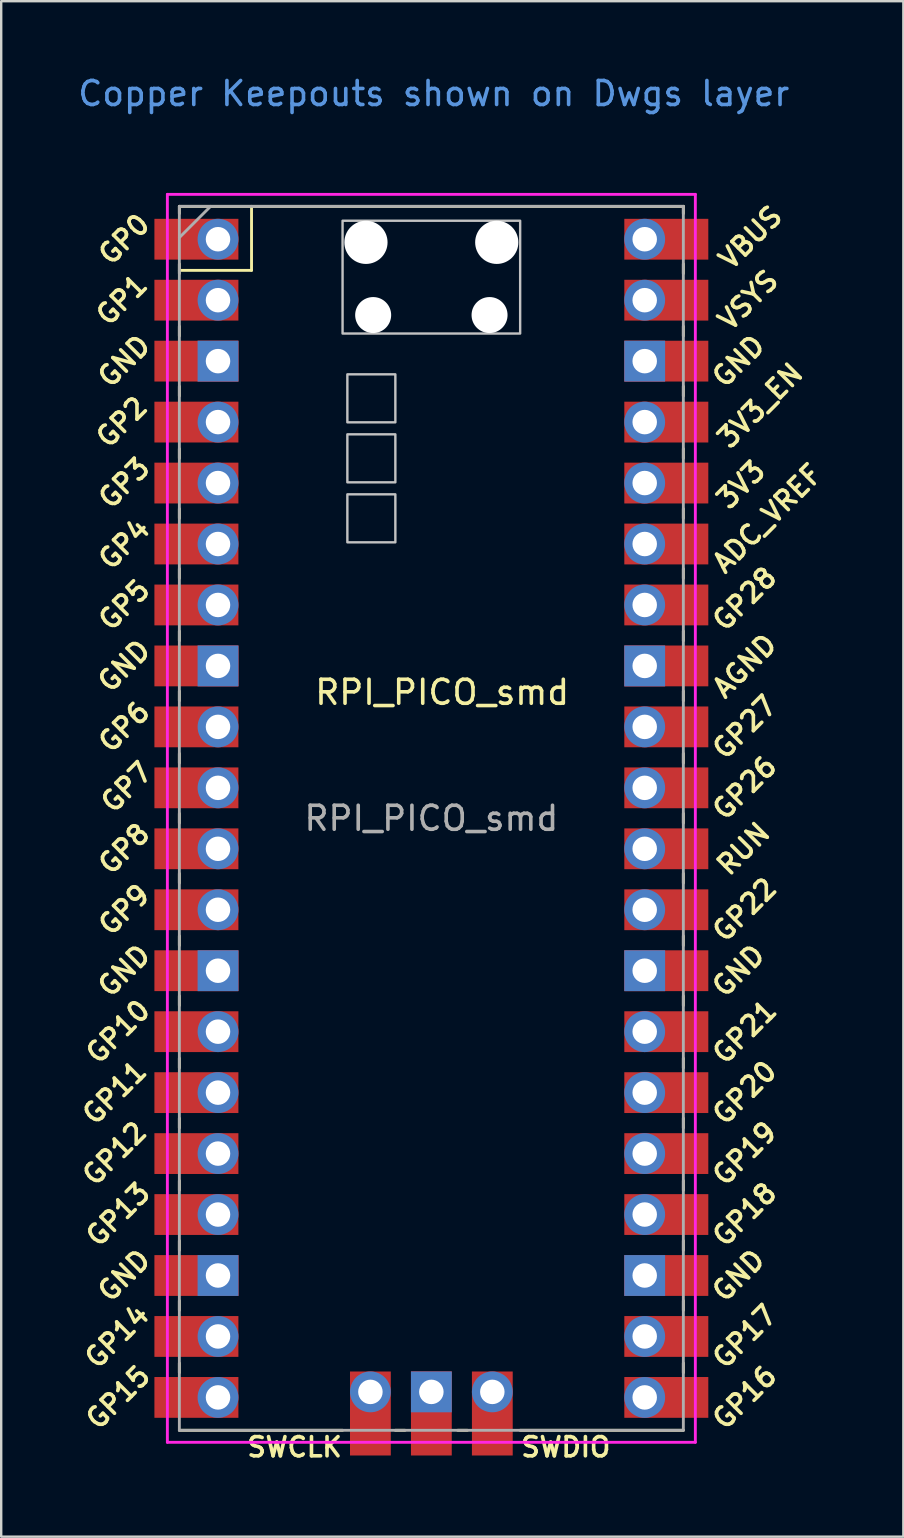
<source format=kicad_pcb>
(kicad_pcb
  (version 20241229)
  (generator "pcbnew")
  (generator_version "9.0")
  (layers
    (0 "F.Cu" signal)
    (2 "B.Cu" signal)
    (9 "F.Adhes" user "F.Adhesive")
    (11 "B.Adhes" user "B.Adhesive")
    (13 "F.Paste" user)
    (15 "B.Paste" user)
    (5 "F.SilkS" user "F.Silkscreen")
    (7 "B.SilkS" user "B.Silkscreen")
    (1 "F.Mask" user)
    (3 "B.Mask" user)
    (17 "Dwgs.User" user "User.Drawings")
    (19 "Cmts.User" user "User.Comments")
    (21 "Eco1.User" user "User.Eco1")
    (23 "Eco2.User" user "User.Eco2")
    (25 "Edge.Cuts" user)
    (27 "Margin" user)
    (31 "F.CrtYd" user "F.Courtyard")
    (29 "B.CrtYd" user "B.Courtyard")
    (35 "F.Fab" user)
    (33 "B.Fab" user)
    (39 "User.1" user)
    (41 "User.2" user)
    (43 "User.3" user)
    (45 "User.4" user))
  (footprint "RPI_PICO_smd"
    (layer "F.Cu")
    (at 14.939 27.128)
    (property "Reference" "RPI_PICO_smd" (at 0.435 -1.33 0) (unlocked yes) (layer "F.SilkS") (effects (font (size 1 1) (thickness 0.15))))
    (attr smd)
    (fp_line (start -10.515 -21.58) (end -10.515 -21.28) (stroke (width 0.12) (type solid)) (layer "F.SilkS"))
    (fp_line (start -10.515 -21.58) (end 10.485 -21.58) (stroke (width 0.12) (type solid)) (layer "F.SilkS"))
    (fp_line (start -10.515 -19.18) (end -10.515 -18.78) (stroke (width 0.12) (type solid)) (layer "F.SilkS"))
    (fp_line (start -10.515 -18.913) (end -7.508 -18.913) (stroke (width 0.12) (type solid)) (layer "F.SilkS"))
    (fp_line (start -10.515 -16.58) (end -10.515 -16.18) (stroke (width 0.12) (type solid)) (layer "F.SilkS"))
    (fp_line (start -10.515 -14.08) (end -10.515 -13.68) (stroke (width 0.12) (type solid)) (layer "F.SilkS"))
    (fp_line (start -10.515 -11.48) (end -10.515 -11.08) (stroke (width 0.12) (type solid)) (layer "F.SilkS"))
    (fp_line (start -10.515 -8.98) (end -10.515 -8.58) (stroke (width 0.12) (type solid)) (layer "F.SilkS"))
    (fp_line (start -10.515 -6.48) (end -10.515 -6.08) (stroke (width 0.12) (type solid)) (layer "F.SilkS"))
    (fp_line (start -10.515 -3.88) (end -10.515 -3.48) (stroke (width 0.12) (type solid)) (layer "F.SilkS"))
    (fp_line (start -10.515 -1.38) (end -10.515 -0.98) (stroke (width 0.12) (type solid)) (layer "F.SilkS"))
    (fp_line (start -10.515 1.22) (end -10.515 1.62) (stroke (width 0.12) (type solid)) (layer "F.SilkS"))
    (fp_line (start -10.515 3.72) (end -10.515 4.12) (stroke (width 0.12) (type solid)) (layer "F.SilkS"))
    (fp_line (start -10.515 6.22) (end -10.515 6.62) (stroke (width 0.12) (type solid)) (layer "F.SilkS"))
    (fp_line (start -10.515 8.82) (end -10.515 9.22) (stroke (width 0.12) (type solid)) (layer "F.SilkS"))
    (fp_line (start -10.515 11.32) (end -10.515 11.72) (stroke (width 0.12) (type solid)) (layer "F.SilkS"))
    (fp_line (start -10.515 13.92) (end -10.515 14.32) (stroke (width 0.12) (type solid)) (layer "F.SilkS"))
    (fp_line (start -10.515 16.42) (end -10.515 16.82) (stroke (width 0.12) (type solid)) (layer "F.SilkS"))
    (fp_line (start -10.515 19.02) (end -10.515 19.42) (stroke (width 0.12) (type solid)) (layer "F.SilkS"))
    (fp_line (start -10.515 21.52) (end -10.515 21.92) (stroke (width 0.12) (type solid)) (layer "F.SilkS"))
    (fp_line (start -10.515 24.02) (end -10.515 24.42) (stroke (width 0.12) (type solid)) (layer "F.SilkS"))
    (fp_line (start -10.515 26.62) (end -10.515 27.02) (stroke (width 0.12) (type solid)) (layer "F.SilkS"))
    (fp_line (start -7.508 -18.913) (end -7.508 -21.58) (stroke (width 0.12) (type solid)) (layer "F.SilkS"))
    (fp_line (start -3.715 29.42) (end -10.515 29.42) (stroke (width 0.12) (type solid)) (layer "F.SilkS"))
    (fp_line (start -1.515 29.42) (end -1.115 29.42) (stroke (width 0.12) (type solid)) (layer "F.SilkS"))
    (fp_line (start 1.085 29.42) (end 1.485 29.42) (stroke (width 0.12) (type solid)) (layer "F.SilkS"))
    (fp_line (start 10.485 -21.58) (end 10.485 -21.28) (stroke (width 0.12) (type solid)) (layer "F.SilkS"))
    (fp_line (start 10.485 -19.18) (end 10.485 -18.78) (stroke (width 0.12) (type solid)) (layer "F.SilkS"))
    (fp_line (start 10.485 -16.58) (end 10.485 -16.18) (stroke (width 0.12) (type solid)) (layer "F.SilkS"))
    (fp_line (start 10.485 -14.08) (end 10.485 -13.68) (stroke (width 0.12) (type solid)) (layer "F.SilkS"))
    (fp_line (start 10.485 -11.48) (end 10.485 -11.08) (stroke (width 0.12) (type solid)) (layer "F.SilkS"))
    (fp_line (start 10.485 -8.98) (end 10.485 -8.58) (stroke (width 0.12) (type solid)) (layer "F.SilkS"))
    (fp_line (start 10.485 -6.48) (end 10.485 -6.08) (stroke (width 0.12) (type solid)) (layer "F.SilkS"))
    (fp_line (start 10.485 -3.88) (end 10.485 -3.48) (stroke (width 0.12) (type solid)) (layer "F.SilkS"))
    (fp_line (start 10.485 -1.38) (end 10.485 -0.98) (stroke (width 0.12) (type solid)) (layer "F.SilkS"))
    (fp_line (start 10.485 1.22) (end 10.485 1.62) (stroke (width 0.12) (type solid)) (layer "F.SilkS"))
    (fp_line (start 10.485 3.72) (end 10.485 4.12) (stroke (width 0.12) (type solid)) (layer "F.SilkS"))
    (fp_line (start 10.485 6.22) (end 10.485 6.62) (stroke (width 0.12) (type solid)) (layer "F.SilkS"))
    (fp_line (start 10.485 8.82) (end 10.485 9.22) (stroke (width 0.12) (type solid)) (layer "F.SilkS"))
    (fp_line (start 10.485 11.32) (end 10.485 11.72) (stroke (width 0.12) (type solid)) (layer "F.SilkS"))
    (fp_line (start 10.485 13.92) (end 10.485 14.32) (stroke (width 0.12) (type solid)) (layer "F.SilkS"))
    (fp_line (start 10.485 16.42) (end 10.485 16.82) (stroke (width 0.12) (type solid)) (layer "F.SilkS"))
    (fp_line (start 10.485 19.02) (end 10.485 19.42) (stroke (width 0.12) (type solid)) (layer "F.SilkS"))
    (fp_line (start 10.485 21.52) (end 10.485 21.92) (stroke (width 0.12) (type solid)) (layer "F.SilkS"))
    (fp_line (start 10.485 24.02) (end 10.485 24.42) (stroke (width 0.12) (type solid)) (layer "F.SilkS"))
    (fp_line (start 10.485 26.62) (end 10.485 27.02) (stroke (width 0.12) (type solid)) (layer "F.SilkS"))
    (fp_line (start 10.485 29.42) (end 3.685 29.42) (stroke (width 0.12) (type solid)) (layer "F.SilkS"))
    (fp_poly (pts (xy -1.515 -12.58) (xy -3.515 -12.58) (xy -3.515 -14.58) (xy -1.515 -14.58)) (stroke (width 0.1) (type solid)) (fill no) (layer "Dwgs.User"))
    (fp_poly (pts (xy -1.515 -10.08) (xy -3.515 -10.08) (xy -3.515 -12.08) (xy -1.515 -12.08)) (stroke (width 0.1) (type solid)) (fill no) (layer "Dwgs.User"))
    (fp_poly (pts (xy -1.515 -7.58) (xy -3.515 -7.58) (xy -3.515 -9.58) (xy -1.515 -9.58)) (stroke (width 0.1) (type solid)) (fill no) (layer "Dwgs.User"))
    (fp_poly (pts (xy 3.685 -16.28) (xy -3.715 -16.28) (xy -3.715 -20.98) (xy 3.685 -20.98)) (stroke (width 0.1) (type solid)) (fill no) (layer "Dwgs.User"))
    (fp_line (start -11.015 -22.08) (end 10.985 -22.08) (stroke (width 0.12) (type solid)) (layer "F.CrtYd"))
    (fp_line (start -11.015 29.92) (end -11.015 -22.08) (stroke (width 0.12) (type solid)) (layer "F.CrtYd"))
    (fp_line (start 10.985 -22.08) (end 10.985 29.92) (stroke (width 0.12) (type solid)) (layer "F.CrtYd"))
    (fp_line (start 10.985 29.92) (end -11.015 29.92) (stroke (width 0.12) (type solid)) (layer "F.CrtYd"))
    (fp_line (start -10.515 -21.58) (end 10.485 -21.58) (stroke (width 0.12) (type solid)) (layer "F.Fab"))
    (fp_line (start -10.515 -20.28) (end -9.215 -21.58) (stroke (width 0.12) (type solid)) (layer "F.Fab"))
    (fp_line (start -10.515 29.42) (end -10.515 -21.58) (stroke (width 0.12) (type solid)) (layer "F.Fab"))
    (fp_line (start 10.485 -21.58) (end 10.485 29.42) (stroke (width 0.12) (type solid)) (layer "F.Fab"))
    (fp_line (start 10.485 29.42) (end -10.515 29.42) (stroke (width 0.12) (type solid)) (layer "F.Fab"))
    (fp_text user "GP21" (at 13.039 12.82 45) (layer "F.SilkS") (effects (font (size 0.8 0.8) (thickness 0.15))))
    (fp_text user "GP8" (at -12.815 5.19 45) (layer "F.SilkS") (effects (font (size 0.8 0.8) (thickness 0.15))))
    (fp_text user "GP7" (at -12.715 2.62 45) (layer "F.SilkS") (effects (font (size 0.8 0.8) (thickness 0.15))))
    (fp_text user "RUN" (at 12.985 5.19 45) (layer "F.SilkS") (effects (font (size 0.8 0.8) (thickness 0.15))))
    (fp_text user "GP28" (at 13.039 -5.224 45) (layer "F.SilkS") (effects (font (size 0.8 0.8) (thickness 0.15))))
    (fp_text user "GND" (at -12.815 22.97 45) (layer "F.SilkS") (effects (font (size 0.8 0.8) (thickness 0.15))))
    (fp_text user "VBUS" (at 13.285 -20.28 45) (layer "F.SilkS") (effects (font (size 0.8 0.8) (thickness 0.15))))
    (fp_text user "GP4" (at -12.815 -7.51 45) (layer "F.SilkS") (effects (font (size 0.8 0.8) (thickness 0.15))))
    (fp_text user "GP5" (at -12.815 -4.97 45) (layer "F.SilkS") (effects (font (size 0.8 0.8) (thickness 0.15))))
    (fp_text user "GND" (at -12.815 10.27 45) (layer "F.SilkS") (effects (font (size 0.8 0.8) (thickness 0.15))))
    (fp_text user "GP3" (at -12.815 -10.05 45) (layer "F.SilkS") (effects (font (size 0.8 0.8) (thickness 0.15))))
    (fp_text user "GP2" (at -12.915 -12.59 45) (layer "F.SilkS") (effects (font (size 0.8 0.8) (thickness 0.15))))
    (fp_text user "AGND" (at 13.039 -2.43 45) (layer "F.SilkS") (effects (font (size 0.8 0.8) (thickness 0.15))))
    (fp_text user "GP27" (at 13.039 0.12 45) (layer "F.SilkS") (effects (font (size 0.8 0.8) (thickness 0.15))))
    (fp_text user "GND" (at -12.815 -2.43 45) (layer "F.SilkS") (effects (font (size 0.8 0.8) (thickness 0.15))))
    (fp_text user "GND" (at 12.785 22.97 45) (layer "F.SilkS") (effects (font (size 0.8 0.8) (thickness 0.15))))
    (fp_text user "3V3_EN" (at 13.685 -13.28 45) (layer "F.SilkS") (effects (font (size 0.8 0.8) (thickness 0.15))))
    (fp_text user "GP9" (at -12.815 7.73 45) (layer "F.SilkS") (effects (font (size 0.8 0.8) (thickness 0.15))))
    (fp_text user "GND" (at 12.785 10.27 45) (layer "F.SilkS") (effects (font (size 0.8 0.8) (thickness 0.15))))
    (fp_text user "GP26" (at 13.039 2.65 45) (layer "F.SilkS") (effects (font (size 0.8 0.8) (thickness 0.15))))
    (fp_text user "GP15" (at -13.069 28.05 45) (layer "F.SilkS") (effects (font (size 0.8 0.8) (thickness 0.15))))
    (fp_text user "GP1" (at -12.915 -17.68 45) (layer "F.SilkS") (effects (font (size 0.8 0.8) (thickness 0.15))))
    (fp_text user "GP0" (at -12.815 -20.21 45) (layer "F.SilkS") (effects (font (size 0.8 0.8) (thickness 0.15))))
    (fp_text user "GP14" (at -13.115 25.51 45) (layer "F.SilkS") (effects (font (size 0.8 0.8) (thickness 0.15))))
    (fp_text user "GP20" (at 13.039 15.35 45) (layer "F.SilkS") (effects (font (size 0.8 0.8) (thickness 0.15))))
    (fp_text user "GP11" (at -13.215 15.35 45) (layer "F.SilkS") (effects (font (size 0.8 0.8) (thickness 0.15))))
    (fp_text user "SWCLK" (at -5.715 30.12 0) (layer "F.SilkS") (effects (font (size 0.8 0.8) (thickness 0.15))))
    (fp_text user "GP19" (at 13.039 17.89 45) (layer "F.SilkS") (effects (font (size 0.8 0.8) (thickness 0.15))))
    (fp_text user "GP12" (at -13.215 17.89 45) (layer "F.SilkS") (effects (font (size 0.8 0.8) (thickness 0.15))))
    (fp_text user "SWDIO" (at 5.585 30.12 0) (layer "F.SilkS") (effects (font (size 0.8 0.8) (thickness 0.15))))
    (fp_text user "GND" (at 12.785 -15.13 45) (layer "F.SilkS") (effects (font (size 0.8 0.8) (thickness 0.15))))
    (fp_text user "GP10" (at -13.069 12.81 45) (layer "F.SilkS") (effects (font (size 0.8 0.8) (thickness 0.15))))
    (fp_text user "VSYS" (at 13.185 -17.67 45) (layer "F.SilkS") (effects (font (size 0.8 0.8) (thickness 0.15))))
    (fp_text user "ADC_VREF" (at 13.985 -8.58 45) (layer "F.SilkS") (effects (font (size 0.8 0.8) (thickness 0.15))))
    (fp_text user "GP22" (at 13.039 7.73 45) (layer "F.SilkS") (effects (font (size 0.8 0.8) (thickness 0.15))))
    (fp_text user "GP13" (at -13.069 20.43 45) (layer "F.SilkS") (effects (font (size 0.8 0.8) (thickness 0.15))))
    (fp_text user "GND" (at -12.815 -15.13 45) (layer "F.SilkS") (effects (font (size 0.8 0.8) (thickness 0.15))))
    (fp_text user "GP18" (at 13.039 20.43 45) (layer "F.SilkS") (effects (font (size 0.8 0.8) (thickness 0.15))))
    (fp_text user "GP16" (at 13.039 28.05 45) (layer "F.SilkS") (effects (font (size 0.8 0.8) (thickness 0.15))))
    (fp_text user "GP6" (at -12.815 0.11 45) (layer "F.SilkS") (effects (font (size 0.8 0.8) (thickness 0.15))))
    (fp_text user "GP17" (at 13.039 25.51 45) (layer "F.SilkS") (effects (font (size 0.8 0.8) (thickness 0.15))))
    (fp_text user "3V3" (at 12.885 -9.98 45) (layer "F.SilkS") (effects (font (size 0.8 0.8) (thickness 0.15))))
    (fp_text user "Copper Keepouts shown on Dwgs layer" (at 0.085 -26.28 0) (layer "Cmts.User") (effects (font (size 1 1) (thickness 0.15))))
    (fp_text user "${REFERENCE}" (at -0.015 3.92 180) (layer "F.Fab") (effects (font (size 1 1) (thickness 0.15))))
    (pad "" np_thru_hole oval (at -2.74 -20.08) (size 1.8 1.8) (drill 1.8) (layers "*.Cu" "*.Mask"))
    (pad "" np_thru_hole oval (at -2.44 -17.05) (size 1.5 1.5) (drill 1.5) (layers "*.Cu" "*.Mask"))
    (pad "" np_thru_hole oval (at 2.41 -17.05) (size 1.5 1.5) (drill 1.5) (layers "*.Cu" "*.Mask"))
    (pad "" np_thru_hole oval (at 2.71 -20.08) (size 1.8 1.8) (drill 1.8) (layers "*.Cu" "*.Mask"))
    (pad "1" thru_hole oval (at -8.905 -20.21) (size 1.7 1.7) (drill 1.02) (layers "*.Cu" "*.Mask"))
    (pad "1" smd rect (at -8.905 -20.21) (size 3.5 1.7) (drill (offset -0.9 0)) (layers "F.Cu" "F.Mask"))
    (pad "2" thru_hole oval (at -8.905 -17.67) (size 1.7 1.7) (drill 1.02) (layers "*.Cu" "*.Mask"))
    (pad "2" smd rect (at -8.905 -17.67) (size 3.5 1.7) (drill (offset -0.9 0)) (layers "F.Cu" "F.Mask"))
    (pad "3" thru_hole rect (at -8.905 -15.13) (size 1.7 1.7) (drill 1.02) (layers "*.Cu" "*.Mask"))
    (pad "3" smd rect (at -8.905 -15.13) (size 3.5 1.7) (drill (offset -0.9 0)) (layers "F.Cu" "F.Mask"))
    (pad "4" thru_hole oval (at -8.905 -12.59) (size 1.7 1.7) (drill 1.02) (layers "*.Cu" "*.Mask"))
    (pad "4" smd rect (at -8.905 -12.59) (size 3.5 1.7) (drill (offset -0.9 0)) (layers "F.Cu" "F.Mask"))
    (pad "5" thru_hole oval (at -8.905 -10.05) (size 1.7 1.7) (drill 1.02) (layers "*.Cu" "*.Mask"))
    (pad "5" smd rect (at -8.905 -10.05) (size 3.5 1.7) (drill (offset -0.9 0)) (layers "F.Cu" "F.Mask"))
    (pad "6" thru_hole oval (at -8.905 -7.51) (size 1.7 1.7) (drill 1.02) (layers "*.Cu" "*.Mask"))
    (pad "6" smd rect (at -8.905 -7.51) (size 3.5 1.7) (drill (offset -0.9 0)) (layers "F.Cu" "F.Mask"))
    (pad "7" thru_hole oval (at -8.905 -4.97) (size 1.7 1.7) (drill 1.02) (layers "*.Cu" "*.Mask"))
    (pad "7" smd rect (at -8.905 -4.97) (size 3.5 1.7) (drill (offset -0.9 0)) (layers "F.Cu" "F.Mask"))
    (pad "8" thru_hole rect (at -8.905 -2.43) (size 1.7 1.7) (drill 1.02) (layers "*.Cu" "*.Mask"))
    (pad "8" smd rect (at -8.905 -2.43) (size 3.5 1.7) (drill (offset -0.9 0)) (layers "F.Cu" "F.Mask"))
    (pad "9" thru_hole oval (at -8.905 0.11) (size 1.7 1.7) (drill 1.02) (layers "*.Cu" "*.Mask"))
    (pad "9" smd rect (at -8.905 0.11) (size 3.5 1.7) (drill (offset -0.9 0)) (layers "F.Cu" "F.Mask"))
    (pad "10" thru_hole oval (at -8.905 2.65) (size 1.7 1.7) (drill 1.02) (layers "*.Cu" "*.Mask"))
    (pad "10" smd rect (at -8.905 2.65) (size 3.5 1.7) (drill (offset -0.9 0)) (layers "F.Cu" "F.Mask"))
    (pad "11" thru_hole oval (at -8.905 5.19) (size 1.7 1.7) (drill 1.02) (layers "*.Cu" "*.Mask"))
    (pad "11" smd rect (at -8.905 5.19) (size 3.5 1.7) (drill (offset -0.9 0)) (layers "F.Cu" "F.Mask"))
    (pad "12" thru_hole oval (at -8.905 7.73) (size 1.7 1.7) (drill 1.02) (layers "*.Cu" "*.Mask"))
    (pad "12" smd rect (at -8.905 7.73) (size 3.5 1.7) (drill (offset -0.9 0)) (layers "F.Cu" "F.Mask"))
    (pad "13" thru_hole rect (at -8.905 10.27) (size 1.7 1.7) (drill 1.02) (layers "*.Cu" "*.Mask"))
    (pad "13" smd rect (at -8.905 10.27) (size 3.5 1.7) (drill (offset -0.9 0)) (layers "F.Cu" "F.Mask"))
    (pad "14" thru_hole oval (at -8.905 12.81) (size 1.7 1.7) (drill 1.02) (layers "*.Cu" "*.Mask"))
    (pad "14" smd rect (at -8.905 12.81) (size 3.5 1.7) (drill (offset -0.9 0)) (layers "F.Cu" "F.Mask"))
    (pad "15" thru_hole oval (at -8.905 15.35) (size 1.7 1.7) (drill 1.02) (layers "*.Cu" "*.Mask"))
    (pad "15" smd rect (at -8.905 15.35) (size 3.5 1.7) (drill (offset -0.9 0)) (layers "F.Cu" "F.Mask"))
    (pad "16" thru_hole oval (at -8.905 17.89) (size 1.7 1.7) (drill 1.02) (layers "*.Cu" "*.Mask"))
    (pad "16" smd rect (at -8.905 17.89) (size 3.5 1.7) (drill (offset -0.9 0)) (layers "F.Cu" "F.Mask"))
    (pad "17" thru_hole oval (at -8.905 20.43) (size 1.7 1.7) (drill 1.02) (layers "*.Cu" "*.Mask"))
    (pad "17" smd rect (at -8.905 20.43) (size 3.5 1.7) (drill (offset -0.9 0)) (layers "F.Cu" "F.Mask"))
    (pad "18" thru_hole rect (at -8.905 22.97) (size 1.7 1.7) (drill 1.02) (layers "*.Cu" "*.Mask"))
    (pad "18" smd rect (at -8.905 22.97) (size 3.5 1.7) (drill (offset -0.9 0)) (layers "F.Cu" "F.Mask"))
    (pad "19" thru_hole oval (at -8.905 25.51) (size 1.7 1.7) (drill 1.02) (layers "*.Cu" "*.Mask"))
    (pad "19" smd rect (at -8.905 25.51) (size 3.5 1.7) (drill (offset -0.9 0)) (layers "F.Cu" "F.Mask"))
    (pad "20" thru_hole oval (at -8.905 28.05) (size 1.7 1.7) (drill 1.02) (layers "*.Cu" "*.Mask"))
    (pad "20" smd rect (at -8.905 28.05) (size 3.5 1.7) (drill (offset -0.9 0)) (layers "F.Cu" "F.Mask"))
    (pad "21" thru_hole oval (at 8.875 28.05) (size 1.7 1.7) (drill 1.02) (layers "*.Cu" "*.Mask"))
    (pad "21" smd rect (at 8.875 28.05) (size 3.5 1.7) (drill (offset 0.9 0)) (layers "F.Cu" "F.Mask"))
    (pad "22" thru_hole oval (at 8.875 25.51) (size 1.7 1.7) (drill 1.02) (layers "*.Cu" "*.Mask"))
    (pad "22" smd rect (at 8.875 25.51) (size 3.5 1.7) (drill (offset 0.9 0)) (layers "F.Cu" "F.Mask"))
    (pad "23" thru_hole rect (at 8.875 22.97) (size 1.7 1.7) (drill 1.02) (layers "*.Cu" "*.Mask"))
    (pad "23" smd rect (at 8.875 22.97) (size 3.5 1.7) (drill (offset 0.9 0)) (layers "F.Cu" "F.Mask"))
    (pad "24" thru_hole oval (at 8.875 20.43) (size 1.7 1.7) (drill 1.02) (layers "*.Cu" "*.Mask"))
    (pad "24" smd rect (at 8.875 20.43) (size 3.5 1.7) (drill (offset 0.9 0)) (layers "F.Cu" "F.Mask"))
    (pad "25" thru_hole oval (at 8.875 17.89) (size 1.7 1.7) (drill 1.02) (layers "*.Cu" "*.Mask"))
    (pad "25" smd rect (at 8.875 17.89) (size 3.5 1.7) (drill (offset 0.9 0)) (layers "F.Cu" "F.Mask"))
    (pad "26" thru_hole oval (at 8.875 15.35) (size 1.7 1.7) (drill 1.02) (layers "*.Cu" "*.Mask"))
    (pad "26" smd rect (at 8.875 15.35) (size 3.5 1.7) (drill (offset 0.9 0)) (layers "F.Cu" "F.Mask"))
    (pad "27" thru_hole oval (at 8.875 12.81) (size 1.7 1.7) (drill 1.02) (layers "*.Cu" "*.Mask"))
    (pad "27" smd rect (at 8.875 12.81) (size 3.5 1.7) (drill (offset 0.9 0)) (layers "F.Cu" "F.Mask"))
    (pad "28" thru_hole rect (at 8.875 10.27) (size 1.7 1.7) (drill 1.02) (layers "*.Cu" "*.Mask"))
    (pad "28" smd rect (at 8.875 10.27) (size 3.5 1.7) (drill (offset 0.9 0)) (layers "F.Cu" "F.Mask"))
    (pad "29" thru_hole oval (at 8.875 7.73) (size 1.7 1.7) (drill 1.02) (layers "*.Cu" "*.Mask"))
    (pad "29" smd rect (at 8.875 7.73) (size 3.5 1.7) (drill (offset 0.9 0)) (layers "F.Cu" "F.Mask"))
    (pad "30" thru_hole oval (at 8.875 5.19) (size 1.7 1.7) (drill 1.02) (layers "*.Cu" "*.Mask"))
    (pad "30" smd rect (at 8.875 5.19) (size 3.5 1.7) (drill (offset 0.9 0)) (layers "F.Cu" "F.Mask"))
    (pad "31" thru_hole oval (at 8.875 2.65) (size 1.7 1.7) (drill 1.02) (layers "*.Cu" "*.Mask"))
    (pad "31" smd rect (at 8.875 2.65) (size 3.5 1.7) (drill (offset 0.9 0)) (layers "F.Cu" "F.Mask"))
    (pad "32" thru_hole oval (at 8.875 0.11) (size 1.7 1.7) (drill 1.02) (layers "*.Cu" "*.Mask"))
    (pad "32" smd rect (at 8.875 0.11) (size 3.5 1.7) (drill (offset 0.9 0)) (layers "F.Cu" "F.Mask"))
    (pad "33" thru_hole rect (at 8.875 -2.43) (size 1.7 1.7) (drill 1.02) (layers "*.Cu" "*.Mask"))
    (pad "33" smd rect (at 8.875 -2.43) (size 3.5 1.7) (drill (offset 0.9 0)) (layers "F.Cu" "F.Mask"))
    (pad "34" thru_hole oval (at 8.875 -4.97) (size 1.7 1.7) (drill 1.02) (layers "*.Cu" "*.Mask"))
    (pad "34" smd rect (at 8.875 -4.97) (size 3.5 1.7) (drill (offset 0.9 0)) (layers "F.Cu" "F.Mask"))
    (pad "35" thru_hole oval (at 8.875 -7.51) (size 1.7 1.7) (drill 1.02) (layers "*.Cu" "*.Mask"))
    (pad "35" smd rect (at 8.875 -7.51) (size 3.5 1.7) (drill (offset 0.9 0)) (layers "F.Cu" "F.Mask"))
    (pad "36" thru_hole oval (at 8.875 -10.05) (size 1.7 1.7) (drill 1.02) (layers "*.Cu" "*.Mask"))
    (pad "36" smd rect (at 8.875 -10.05) (size 3.5 1.7) (drill (offset 0.9 0)) (layers "F.Cu" "F.Mask"))
    (pad "37" thru_hole oval (at 8.875 -12.59) (size 1.7 1.7) (drill 1.02) (layers "*.Cu" "*.Mask"))
    (pad "37" smd rect (at 8.875 -12.59) (size 3.5 1.7) (drill (offset 0.9 0)) (layers "F.Cu" "F.Mask"))
    (pad "38" thru_hole rect (at 8.875 -15.13) (size 1.7 1.7) (drill 1.02) (layers "*.Cu" "*.Mask"))
    (pad "38" smd rect (at 8.875 -15.13) (size 3.5 1.7) (drill (offset 0.9 0)) (layers "F.Cu" "F.Mask"))
    (pad "39" thru_hole oval (at 8.875 -17.67) (size 1.7 1.7) (drill 1.02) (layers "*.Cu" "*.Mask"))
    (pad "39" smd rect (at 8.875 -17.67) (size 3.5 1.7) (drill (offset 0.9 0)) (layers "F.Cu" "F.Mask"))
    (pad "40" thru_hole oval (at 8.875 -20.21) (size 1.7 1.7) (drill 1.02) (layers "*.Cu" "*.Mask"))
    (pad "40" smd rect (at 8.875 -20.21) (size 3.5 1.7) (drill (offset 0.9 0)) (layers "F.Cu" "F.Mask"))
    (pad "41" thru_hole oval (at -2.555 27.82) (size 1.7 1.7) (drill 1.02) (layers "*.Cu" "*.Mask"))
    (pad "41" smd rect (at -2.555 27.82 90) (size 3.5 1.7) (drill (offset -0.9 0)) (layers "F.Cu" "F.Mask"))
    (pad "42" thru_hole rect (at -0.015 27.82) (size 1.7 1.7) (drill 1.02) (layers "*.Cu" "*.Mask"))
    (pad "42" smd rect (at -0.015 27.82 90) (size 3.5 1.7) (drill (offset -0.9 0)) (layers "F.Cu" "F.Mask"))
    (pad "43" thru_hole oval (at 2.525 27.82) (size 1.7 1.7) (drill 1.02) (layers "*.Cu" "*.Mask"))
    (pad "43" smd rect (at 2.525 27.82 90) (size 3.5 1.7) (drill (offset -0.9 0)) (layers "F.Cu" "F.Mask")))
  (gr_rect
    (start -3 -3)
    (end 34.591 60.98)
    (stroke (width 0.1) (type default))
    (fill no)
    (layer "Edge.Cuts")))
</source>
